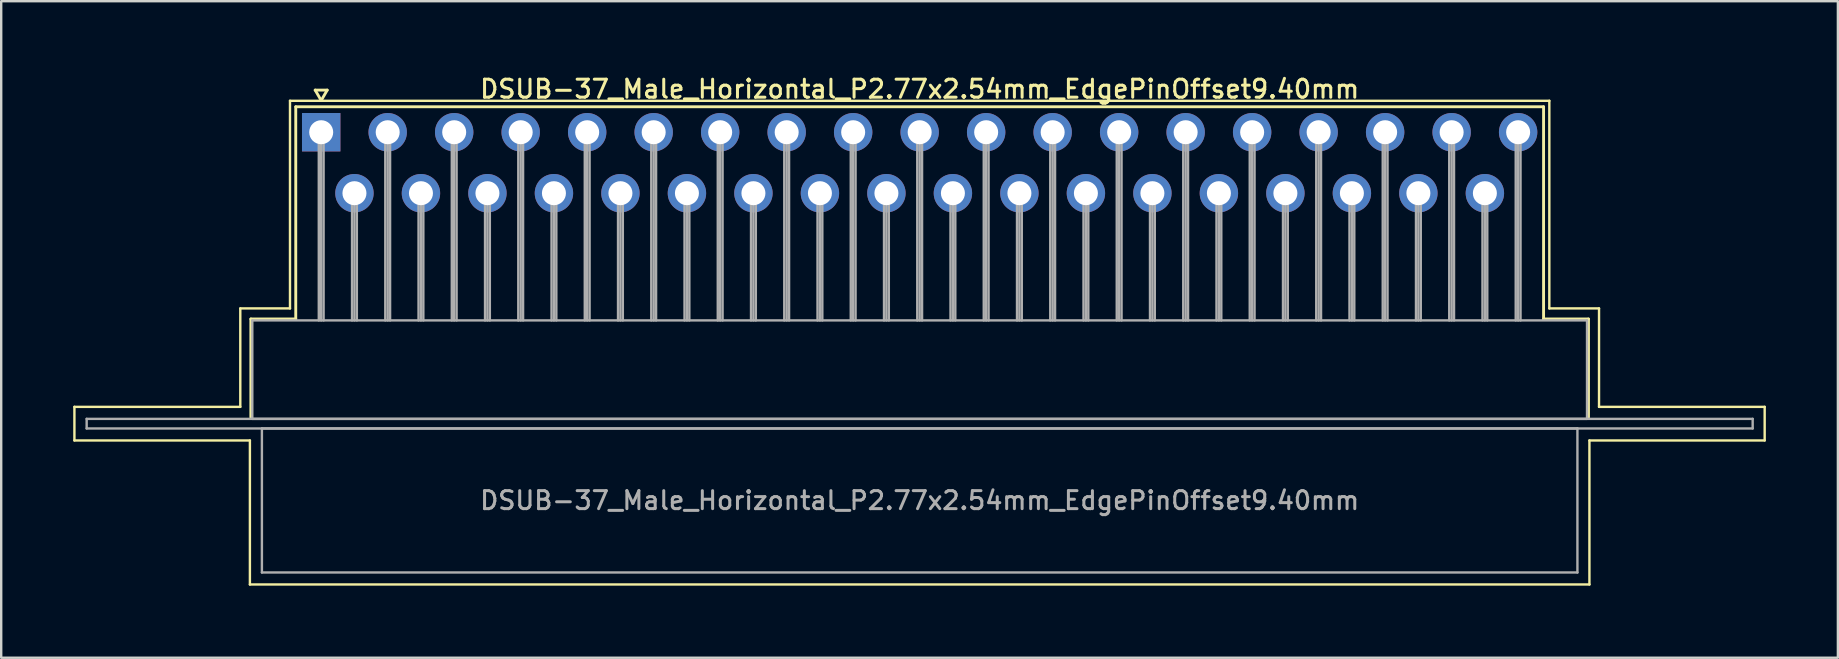
<source format=kicad_pcb>
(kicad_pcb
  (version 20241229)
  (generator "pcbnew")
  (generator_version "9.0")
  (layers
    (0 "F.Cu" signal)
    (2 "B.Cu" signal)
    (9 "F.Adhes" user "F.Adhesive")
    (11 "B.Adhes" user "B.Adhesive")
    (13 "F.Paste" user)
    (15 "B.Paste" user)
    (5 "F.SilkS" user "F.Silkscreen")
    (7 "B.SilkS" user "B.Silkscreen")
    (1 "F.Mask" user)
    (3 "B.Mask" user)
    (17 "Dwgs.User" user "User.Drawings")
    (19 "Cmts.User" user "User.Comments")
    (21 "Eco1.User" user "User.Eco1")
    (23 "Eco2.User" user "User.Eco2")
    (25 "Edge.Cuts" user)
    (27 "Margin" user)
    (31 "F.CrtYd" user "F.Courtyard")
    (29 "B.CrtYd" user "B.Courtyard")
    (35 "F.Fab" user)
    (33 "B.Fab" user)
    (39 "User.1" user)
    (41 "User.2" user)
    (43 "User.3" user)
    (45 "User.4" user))
  (footprint "DSUB-37_Male_Horizontal_P2.77x2.54mm_EdgePinOffset9.40mm"
    (layer "F.Cu")
    (at 10.33 2.458)
    (property "Reference" "DSUB-37_Male_Horizontal_P2.77x2.54mm_EdgePinOffset9.40mm" (at 24.93 -1.8 0) (layer "F.SilkS") (effects (font (size 0.75 0.75) (thickness 0.125))))
    (attr through_hole)
    (fp_line (start -10.28 11.44) (end -3.37 11.44) (stroke (width 0.1) (type solid)) (layer "F.SilkS"))
    (fp_line (start -10.28 12.84) (end -10.28 11.44) (stroke (width 0.1) (type solid)) (layer "F.SilkS"))
    (fp_line (start -3.37 7.34) (end -1.3 7.34) (stroke (width 0.1) (type solid)) (layer "F.SilkS"))
    (fp_line (start -3.37 11.44) (end -3.37 7.34) (stroke (width 0.1) (type solid)) (layer "F.SilkS"))
    (fp_line (start -2.97 12.84) (end -10.28 12.84) (stroke (width 0.1) (type solid)) (layer "F.SilkS"))
    (fp_line (start -2.97 18.84) (end -2.97 12.84) (stroke (width 0.1) (type solid)) (layer "F.SilkS"))
    (fp_line (start -2.93 7.78) (end -1.06 7.78) (stroke (width 0.12) (type solid)) (layer "F.SilkS"))
    (fp_line (start -2.93 11.88) (end -2.93 7.78) (stroke (width 0.12) (type solid)) (layer "F.SilkS"))
    (fp_line (start -1.3 -1.31) (end 51.16 -1.31) (stroke (width 0.1) (type solid)) (layer "F.SilkS"))
    (fp_line (start -1.3 7.34) (end -1.3 -1.31) (stroke (width 0.1) (type solid)) (layer "F.SilkS"))
    (fp_line (start -1.06 -1.06) (end 50.92 -1.06) (stroke (width 0.12) (type solid)) (layer "F.SilkS"))
    (fp_line (start -1.06 7.78) (end -1.06 -1.06) (stroke (width 0.12) (type solid)) (layer "F.SilkS"))
    (fp_line (start -0.25 -1.754) (end 0.25 -1.754) (stroke (width 0.12) (type solid)) (layer "F.SilkS"))
    (fp_line (start 0 -1.321) (end -0.25 -1.754) (stroke (width 0.12) (type solid)) (layer "F.SilkS"))
    (fp_line (start 0.25 -1.754) (end 0 -1.321) (stroke (width 0.12) (type solid)) (layer "F.SilkS"))
    (fp_line (start 50.92 -1.06) (end 50.92 7.78) (stroke (width 0.12) (type solid)) (layer "F.SilkS"))
    (fp_line (start 50.92 7.78) (end 52.79 7.78) (stroke (width 0.12) (type solid)) (layer "F.SilkS"))
    (fp_line (start 51.16 -1.31) (end 51.16 7.34) (stroke (width 0.1) (type solid)) (layer "F.SilkS"))
    (fp_line (start 51.16 7.34) (end 53.23 7.34) (stroke (width 0.1) (type solid)) (layer "F.SilkS"))
    (fp_line (start 52.79 7.78) (end 52.79 11.88) (stroke (width 0.12) (type solid)) (layer "F.SilkS"))
    (fp_line (start 52.83 12.84) (end 52.83 18.84) (stroke (width 0.1) (type solid)) (layer "F.SilkS"))
    (fp_line (start 52.83 18.84) (end -2.97 18.84) (stroke (width 0.1) (type solid)) (layer "F.SilkS"))
    (fp_line (start 53.23 7.34) (end 53.23 11.44) (stroke (width 0.1) (type solid)) (layer "F.SilkS"))
    (fp_line (start 53.23 11.44) (end 60.13 11.44) (stroke (width 0.1) (type solid)) (layer "F.SilkS"))
    (fp_line (start 60.13 11.44) (end 60.13 12.84) (stroke (width 0.1) (type solid)) (layer "F.SilkS"))
    (fp_line (start 60.13 12.84) (end 52.83 12.84) (stroke (width 0.1) (type solid)) (layer "F.SilkS"))
    (fp_line (start -9.77 11.94) (end -9.77 12.34) (stroke (width 0.1) (type solid)) (layer "F.Fab"))
    (fp_line (start -9.77 12.34) (end 59.63 12.34) (stroke (width 0.1) (type solid)) (layer "F.Fab"))
    (fp_line (start -2.87 7.84) (end -2.87 11.94) (stroke (width 0.1) (type solid)) (layer "F.Fab"))
    (fp_line (start -2.87 11.94) (end 52.73 11.94) (stroke (width 0.1) (type solid)) (layer "F.Fab"))
    (fp_line (start -2.47 12.34) (end -2.47 18.34) (stroke (width 0.1) (type solid)) (layer "F.Fab"))
    (fp_line (start -2.47 18.34) (end 52.33 18.34) (stroke (width 0.1) (type solid)) (layer "F.Fab"))
    (fp_line (start -0.1 0) (end -0.1 7.84) (stroke (width 0.1) (type solid)) (layer "F.Fab"))
    (fp_line (start 0 0) (end 0 7.84) (stroke (width 0.1) (type solid)) (layer "F.Fab"))
    (fp_line (start 0.1 0) (end 0.1 7.84) (stroke (width 0.1) (type solid)) (layer "F.Fab"))
    (fp_line (start 1.285 2.54) (end 1.285 7.84) (stroke (width 0.1) (type solid)) (layer "F.Fab"))
    (fp_line (start 1.385 2.54) (end 1.385 7.84) (stroke (width 0.1) (type solid)) (layer "F.Fab"))
    (fp_line (start 1.485 2.54) (end 1.485 7.84) (stroke (width 0.1) (type solid)) (layer "F.Fab"))
    (fp_line (start 2.67 0) (end 2.67 7.84) (stroke (width 0.1) (type solid)) (layer "F.Fab"))
    (fp_line (start 2.77 0) (end 2.77 7.84) (stroke (width 0.1) (type solid)) (layer "F.Fab"))
    (fp_line (start 2.87 0) (end 2.87 7.84) (stroke (width 0.1) (type solid)) (layer "F.Fab"))
    (fp_line (start 4.055 2.54) (end 4.055 7.84) (stroke (width 0.1) (type solid)) (layer "F.Fab"))
    (fp_line (start 4.155 2.54) (end 4.155 7.84) (stroke (width 0.1) (type solid)) (layer "F.Fab"))
    (fp_line (start 4.255 2.54) (end 4.255 7.84) (stroke (width 0.1) (type solid)) (layer "F.Fab"))
    (fp_line (start 5.44 0) (end 5.44 7.84) (stroke (width 0.1) (type solid)) (layer "F.Fab"))
    (fp_line (start 5.54 0) (end 5.54 7.84) (stroke (width 0.1) (type solid)) (layer "F.Fab"))
    (fp_line (start 5.64 0) (end 5.64 7.84) (stroke (width 0.1) (type solid)) (layer "F.Fab"))
    (fp_line (start 6.825 2.54) (end 6.825 7.84) (stroke (width 0.1) (type solid)) (layer "F.Fab"))
    (fp_line (start 6.925 2.54) (end 6.925 7.84) (stroke (width 0.1) (type solid)) (layer "F.Fab"))
    (fp_line (start 7.025 2.54) (end 7.025 7.84) (stroke (width 0.1) (type solid)) (layer "F.Fab"))
    (fp_line (start 8.21 0) (end 8.21 7.84) (stroke (width 0.1) (type solid)) (layer "F.Fab"))
    (fp_line (start 8.31 0) (end 8.31 7.84) (stroke (width 0.1) (type solid)) (layer "F.Fab"))
    (fp_line (start 8.41 0) (end 8.41 7.84) (stroke (width 0.1) (type solid)) (layer "F.Fab"))
    (fp_line (start 9.595 2.54) (end 9.595 7.84) (stroke (width 0.1) (type solid)) (layer "F.Fab"))
    (fp_line (start 9.695 2.54) (end 9.695 7.84) (stroke (width 0.1) (type solid)) (layer "F.Fab"))
    (fp_line (start 9.795 2.54) (end 9.795 7.84) (stroke (width 0.1) (type solid)) (layer "F.Fab"))
    (fp_line (start 10.98 0) (end 10.98 7.84) (stroke (width 0.1) (type solid)) (layer "F.Fab"))
    (fp_line (start 11.08 0) (end 11.08 7.84) (stroke (width 0.1) (type solid)) (layer "F.Fab"))
    (fp_line (start 11.18 0) (end 11.18 7.84) (stroke (width 0.1) (type solid)) (layer "F.Fab"))
    (fp_line (start 12.365 2.54) (end 12.365 7.84) (stroke (width 0.1) (type solid)) (layer "F.Fab"))
    (fp_line (start 12.465 2.54) (end 12.465 7.84) (stroke (width 0.1) (type solid)) (layer "F.Fab"))
    (fp_line (start 12.565 2.54) (end 12.565 7.84) (stroke (width 0.1) (type solid)) (layer "F.Fab"))
    (fp_line (start 13.75 0) (end 13.75 7.84) (stroke (width 0.1) (type solid)) (layer "F.Fab"))
    (fp_line (start 13.85 0) (end 13.85 7.84) (stroke (width 0.1) (type solid)) (layer "F.Fab"))
    (fp_line (start 13.95 0) (end 13.95 7.84) (stroke (width 0.1) (type solid)) (layer "F.Fab"))
    (fp_line (start 15.135 2.54) (end 15.135 7.84) (stroke (width 0.1) (type solid)) (layer "F.Fab"))
    (fp_line (start 15.235 2.54) (end 15.235 7.84) (stroke (width 0.1) (type solid)) (layer "F.Fab"))
    (fp_line (start 15.335 2.54) (end 15.335 7.84) (stroke (width 0.1) (type solid)) (layer "F.Fab"))
    (fp_line (start 16.52 0) (end 16.52 7.84) (stroke (width 0.1) (type solid)) (layer "F.Fab"))
    (fp_line (start 16.62 0) (end 16.62 7.84) (stroke (width 0.1) (type solid)) (layer "F.Fab"))
    (fp_line (start 16.72 0) (end 16.72 7.84) (stroke (width 0.1) (type solid)) (layer "F.Fab"))
    (fp_line (start 17.905 2.54) (end 17.905 7.84) (stroke (width 0.1) (type solid)) (layer "F.Fab"))
    (fp_line (start 18.005 2.54) (end 18.005 7.84) (stroke (width 0.1) (type solid)) (layer "F.Fab"))
    (fp_line (start 18.105 2.54) (end 18.105 7.84) (stroke (width 0.1) (type solid)) (layer "F.Fab"))
    (fp_line (start 19.29 0) (end 19.29 7.84) (stroke (width 0.1) (type solid)) (layer "F.Fab"))
    (fp_line (start 19.39 0) (end 19.39 7.84) (stroke (width 0.1) (type solid)) (layer "F.Fab"))
    (fp_line (start 19.49 0) (end 19.49 7.84) (stroke (width 0.1) (type solid)) (layer "F.Fab"))
    (fp_line (start 20.675 2.54) (end 20.675 7.84) (stroke (width 0.1) (type solid)) (layer "F.Fab"))
    (fp_line (start 20.775 2.54) (end 20.775 7.84) (stroke (width 0.1) (type solid)) (layer "F.Fab"))
    (fp_line (start 20.875 2.54) (end 20.875 7.84) (stroke (width 0.1) (type solid)) (layer "F.Fab"))
    (fp_line (start 22.06 0) (end 22.06 7.84) (stroke (width 0.1) (type solid)) (layer "F.Fab"))
    (fp_line (start 22.16 0) (end 22.16 7.84) (stroke (width 0.1) (type solid)) (layer "F.Fab"))
    (fp_line (start 22.26 0) (end 22.26 7.84) (stroke (width 0.1) (type solid)) (layer "F.Fab"))
    (fp_line (start 23.445 2.54) (end 23.445 7.84) (stroke (width 0.1) (type solid)) (layer "F.Fab"))
    (fp_line (start 23.545 2.54) (end 23.545 7.84) (stroke (width 0.1) (type solid)) (layer "F.Fab"))
    (fp_line (start 23.645 2.54) (end 23.645 7.84) (stroke (width 0.1) (type solid)) (layer "F.Fab"))
    (fp_line (start 24.83 0) (end 24.83 7.84) (stroke (width 0.1) (type solid)) (layer "F.Fab"))
    (fp_line (start 24.93 0) (end 24.93 7.84) (stroke (width 0.1) (type solid)) (layer "F.Fab"))
    (fp_line (start 25.03 0) (end 25.03 7.84) (stroke (width 0.1) (type solid)) (layer "F.Fab"))
    (fp_line (start 26.215 2.54) (end 26.215 7.84) (stroke (width 0.1) (type solid)) (layer "F.Fab"))
    (fp_line (start 26.315 2.54) (end 26.315 7.84) (stroke (width 0.1) (type solid)) (layer "F.Fab"))
    (fp_line (start 26.415 2.54) (end 26.415 7.84) (stroke (width 0.1) (type solid)) (layer "F.Fab"))
    (fp_line (start 27.6 0) (end 27.6 7.84) (stroke (width 0.1) (type solid)) (layer "F.Fab"))
    (fp_line (start 27.7 0) (end 27.7 7.84) (stroke (width 0.1) (type solid)) (layer "F.Fab"))
    (fp_line (start 27.8 0) (end 27.8 7.84) (stroke (width 0.1) (type solid)) (layer "F.Fab"))
    (fp_line (start 28.985 2.54) (end 28.985 7.84) (stroke (width 0.1) (type solid)) (layer "F.Fab"))
    (fp_line (start 29.085 2.54) (end 29.085 7.84) (stroke (width 0.1) (type solid)) (layer "F.Fab"))
    (fp_line (start 29.185 2.54) (end 29.185 7.84) (stroke (width 0.1) (type solid)) (layer "F.Fab"))
    (fp_line (start 30.37 0) (end 30.37 7.84) (stroke (width 0.1) (type solid)) (layer "F.Fab"))
    (fp_line (start 30.47 0) (end 30.47 7.84) (stroke (width 0.1) (type solid)) (layer "F.Fab"))
    (fp_line (start 30.57 0) (end 30.57 7.84) (stroke (width 0.1) (type solid)) (layer "F.Fab"))
    (fp_line (start 31.755 2.54) (end 31.755 7.84) (stroke (width 0.1) (type solid)) (layer "F.Fab"))
    (fp_line (start 31.855 2.54) (end 31.855 7.84) (stroke (width 0.1) (type solid)) (layer "F.Fab"))
    (fp_line (start 31.955 2.54) (end 31.955 7.84) (stroke (width 0.1) (type solid)) (layer "F.Fab"))
    (fp_line (start 33.14 0) (end 33.14 7.84) (stroke (width 0.1) (type solid)) (layer "F.Fab"))
    (fp_line (start 33.24 0) (end 33.24 7.84) (stroke (width 0.1) (type solid)) (layer "F.Fab"))
    (fp_line (start 33.34 0) (end 33.34 7.84) (stroke (width 0.1) (type solid)) (layer "F.Fab"))
    (fp_line (start 34.525 2.54) (end 34.525 7.84) (stroke (width 0.1) (type solid)) (layer "F.Fab"))
    (fp_line (start 34.625 2.54) (end 34.625 7.84) (stroke (width 0.1) (type solid)) (layer "F.Fab"))
    (fp_line (start 34.725 2.54) (end 34.725 7.84) (stroke (width 0.1) (type solid)) (layer "F.Fab"))
    (fp_line (start 35.91 0) (end 35.91 7.84) (stroke (width 0.1) (type solid)) (layer "F.Fab"))
    (fp_line (start 36.01 0) (end 36.01 7.84) (stroke (width 0.1) (type solid)) (layer "F.Fab"))
    (fp_line (start 36.11 0) (end 36.11 7.84) (stroke (width 0.1) (type solid)) (layer "F.Fab"))
    (fp_line (start 37.295 2.54) (end 37.295 7.84) (stroke (width 0.1) (type solid)) (layer "F.Fab"))
    (fp_line (start 37.395 2.54) (end 37.395 7.84) (stroke (width 0.1) (type solid)) (layer "F.Fab"))
    (fp_line (start 37.495 2.54) (end 37.495 7.84) (stroke (width 0.1) (type solid)) (layer "F.Fab"))
    (fp_line (start 38.68 0) (end 38.68 7.84) (stroke (width 0.1) (type solid)) (layer "F.Fab"))
    (fp_line (start 38.78 0) (end 38.78 7.84) (stroke (width 0.1) (type solid)) (layer "F.Fab"))
    (fp_line (start 38.88 0) (end 38.88 7.84) (stroke (width 0.1) (type solid)) (layer "F.Fab"))
    (fp_line (start 40.065 2.54) (end 40.065 7.84) (stroke (width 0.1) (type solid)) (layer "F.Fab"))
    (fp_line (start 40.165 2.54) (end 40.165 7.84) (stroke (width 0.1) (type solid)) (layer "F.Fab"))
    (fp_line (start 40.265 2.54) (end 40.265 7.84) (stroke (width 0.1) (type solid)) (layer "F.Fab"))
    (fp_line (start 41.45 0) (end 41.45 7.84) (stroke (width 0.1) (type solid)) (layer "F.Fab"))
    (fp_line (start 41.55 0) (end 41.55 7.84) (stroke (width 0.1) (type solid)) (layer "F.Fab"))
    (fp_line (start 41.65 0) (end 41.65 7.84) (stroke (width 0.1) (type solid)) (layer "F.Fab"))
    (fp_line (start 42.835 2.54) (end 42.835 7.84) (stroke (width 0.1) (type solid)) (layer "F.Fab"))
    (fp_line (start 42.935 2.54) (end 42.935 7.84) (stroke (width 0.1) (type solid)) (layer "F.Fab"))
    (fp_line (start 43.035 2.54) (end 43.035 7.84) (stroke (width 0.1) (type solid)) (layer "F.Fab"))
    (fp_line (start 44.22 0) (end 44.22 7.84) (stroke (width 0.1) (type solid)) (layer "F.Fab"))
    (fp_line (start 44.32 0) (end 44.32 7.84) (stroke (width 0.1) (type solid)) (layer "F.Fab"))
    (fp_line (start 44.42 0) (end 44.42 7.84) (stroke (width 0.1) (type solid)) (layer "F.Fab"))
    (fp_line (start 45.605 2.54) (end 45.605 7.84) (stroke (width 0.1) (type solid)) (layer "F.Fab"))
    (fp_line (start 45.705 2.54) (end 45.705 7.84) (stroke (width 0.1) (type solid)) (layer "F.Fab"))
    (fp_line (start 45.805 2.54) (end 45.805 7.84) (stroke (width 0.1) (type solid)) (layer "F.Fab"))
    (fp_line (start 46.99 0) (end 46.99 7.84) (stroke (width 0.1) (type solid)) (layer "F.Fab"))
    (fp_line (start 47.09 0) (end 47.09 7.84) (stroke (width 0.1) (type solid)) (layer "F.Fab"))
    (fp_line (start 47.19 0) (end 47.19 7.84) (stroke (width 0.1) (type solid)) (layer "F.Fab"))
    (fp_line (start 48.375 2.54) (end 48.375 7.84) (stroke (width 0.1) (type solid)) (layer "F.Fab"))
    (fp_line (start 48.475 2.54) (end 48.475 7.84) (stroke (width 0.1) (type solid)) (layer "F.Fab"))
    (fp_line (start 48.575 2.54) (end 48.575 7.84) (stroke (width 0.1) (type solid)) (layer "F.Fab"))
    (fp_line (start 49.76 0) (end 49.76 7.84) (stroke (width 0.1) (type solid)) (layer "F.Fab"))
    (fp_line (start 49.86 0) (end 49.86 7.84) (stroke (width 0.1) (type solid)) (layer "F.Fab"))
    (fp_line (start 49.96 0) (end 49.96 7.84) (stroke (width 0.1) (type solid)) (layer "F.Fab"))
    (fp_line (start 52.33 12.34) (end -2.47 12.34) (stroke (width 0.1) (type solid)) (layer "F.Fab"))
    (fp_line (start 52.33 18.34) (end 52.33 12.34) (stroke (width 0.1) (type solid)) (layer "F.Fab"))
    (fp_line (start 52.73 7.84) (end -2.87 7.84) (stroke (width 0.1) (type solid)) (layer "F.Fab"))
    (fp_line (start 52.73 11.94) (end 52.73 7.84) (stroke (width 0.1) (type solid)) (layer "F.Fab"))
    (fp_line (start 59.63 11.94) (end -9.77 11.94) (stroke (width 0.1) (type solid)) (layer "F.Fab"))
    (fp_line (start 59.63 12.34) (end 59.63 11.94) (stroke (width 0.1) (type solid)) (layer "F.Fab"))
    (fp_text user "${REFERENCE}" (at 24.93 15.34 0) (layer "F.Fab") (effects (font (size 0.75 0.75) (thickness 0.125))))
    (pad "1" thru_hole rect (at 0 0) (size 1.6 1.6) (drill 1) (layers "*.Cu" "*.Mask"))
    (pad "2" thru_hole circle (at 2.77 0) (size 1.6 1.6) (drill 1) (layers "*.Cu" "*.Mask"))
    (pad "3" thru_hole circle (at 5.54 0) (size 1.6 1.6) (drill 1) (layers "*.Cu" "*.Mask"))
    (pad "4" thru_hole circle (at 8.31 0) (size 1.6 1.6) (drill 1) (layers "*.Cu" "*.Mask"))
    (pad "5" thru_hole circle (at 11.08 0) (size 1.6 1.6) (drill 1) (layers "*.Cu" "*.Mask"))
    (pad "6" thru_hole circle (at 13.85 0) (size 1.6 1.6) (drill 1) (layers "*.Cu" "*.Mask"))
    (pad "7" thru_hole circle (at 16.62 0) (size 1.6 1.6) (drill 1) (layers "*.Cu" "*.Mask"))
    (pad "8" thru_hole circle (at 19.39 0) (size 1.6 1.6) (drill 1) (layers "*.Cu" "*.Mask"))
    (pad "9" thru_hole circle (at 22.16 0) (size 1.6 1.6) (drill 1) (layers "*.Cu" "*.Mask"))
    (pad "10" thru_hole circle (at 24.93 0) (size 1.6 1.6) (drill 1) (layers "*.Cu" "*.Mask"))
    (pad "11" thru_hole circle (at 27.7 0) (size 1.6 1.6) (drill 1) (layers "*.Cu" "*.Mask"))
    (pad "12" thru_hole circle (at 30.47 0) (size 1.6 1.6) (drill 1) (layers "*.Cu" "*.Mask"))
    (pad "13" thru_hole circle (at 33.24 0) (size 1.6 1.6) (drill 1) (layers "*.Cu" "*.Mask"))
    (pad "14" thru_hole circle (at 36.01 0) (size 1.6 1.6) (drill 1) (layers "*.Cu" "*.Mask"))
    (pad "15" thru_hole circle (at 38.78 0) (size 1.6 1.6) (drill 1) (layers "*.Cu" "*.Mask"))
    (pad "16" thru_hole circle (at 41.55 0) (size 1.6 1.6) (drill 1) (layers "*.Cu" "*.Mask"))
    (pad "17" thru_hole circle (at 44.32 0) (size 1.6 1.6) (drill 1) (layers "*.Cu" "*.Mask"))
    (pad "18" thru_hole circle (at 47.09 0) (size 1.6 1.6) (drill 1) (layers "*.Cu" "*.Mask"))
    (pad "19" thru_hole circle (at 49.86 0) (size 1.6 1.6) (drill 1) (layers "*.Cu" "*.Mask"))
    (pad "20" thru_hole circle (at 1.385 2.54) (size 1.6 1.6) (drill 1) (layers "*.Cu" "*.Mask"))
    (pad "21" thru_hole circle (at 4.155 2.54) (size 1.6 1.6) (drill 1) (layers "*.Cu" "*.Mask"))
    (pad "22" thru_hole circle (at 6.925 2.54) (size 1.6 1.6) (drill 1) (layers "*.Cu" "*.Mask"))
    (pad "23" thru_hole circle (at 9.695 2.54) (size 1.6 1.6) (drill 1) (layers "*.Cu" "*.Mask"))
    (pad "24" thru_hole circle (at 12.465 2.54) (size 1.6 1.6) (drill 1) (layers "*.Cu" "*.Mask"))
    (pad "25" thru_hole circle (at 15.235 2.54) (size 1.6 1.6) (drill 1) (layers "*.Cu" "*.Mask"))
    (pad "26" thru_hole circle (at 18.005 2.54) (size 1.6 1.6) (drill 1) (layers "*.Cu" "*.Mask"))
    (pad "27" thru_hole circle (at 20.775 2.54) (size 1.6 1.6) (drill 1) (layers "*.Cu" "*.Mask"))
    (pad "28" thru_hole circle (at 23.545 2.54) (size 1.6 1.6) (drill 1) (layers "*.Cu" "*.Mask"))
    (pad "29" thru_hole circle (at 26.315 2.54) (size 1.6 1.6) (drill 1) (layers "*.Cu" "*.Mask"))
    (pad "30" thru_hole circle (at 29.085 2.54) (size 1.6 1.6) (drill 1) (layers "*.Cu" "*.Mask"))
    (pad "31" thru_hole circle (at 31.855 2.54) (size 1.6 1.6) (drill 1) (layers "*.Cu" "*.Mask"))
    (pad "32" thru_hole circle (at 34.625 2.54) (size 1.6 1.6) (drill 1) (layers "*.Cu" "*.Mask"))
    (pad "33" thru_hole circle (at 37.395 2.54) (size 1.6 1.6) (drill 1) (layers "*.Cu" "*.Mask"))
    (pad "34" thru_hole circle (at 40.165 2.54) (size 1.6 1.6) (drill 1) (layers "*.Cu" "*.Mask"))
    (pad "35" thru_hole circle (at 42.935 2.54) (size 1.6 1.6) (drill 1) (layers "*.Cu" "*.Mask"))
    (pad "36" thru_hole circle (at 45.705 2.54) (size 1.6 1.6) (drill 1) (layers "*.Cu" "*.Mask"))
    (pad "37" thru_hole circle (at 48.475 2.54) (size 1.6 1.6) (drill 1) (layers "*.Cu" "*.Mask")))
  (gr_rect
    (start -3 -3)
    (end 73.51 24.348)
    (stroke (width 0.1) (type default))
    (fill no)
    (layer "Edge.Cuts")))
</source>
